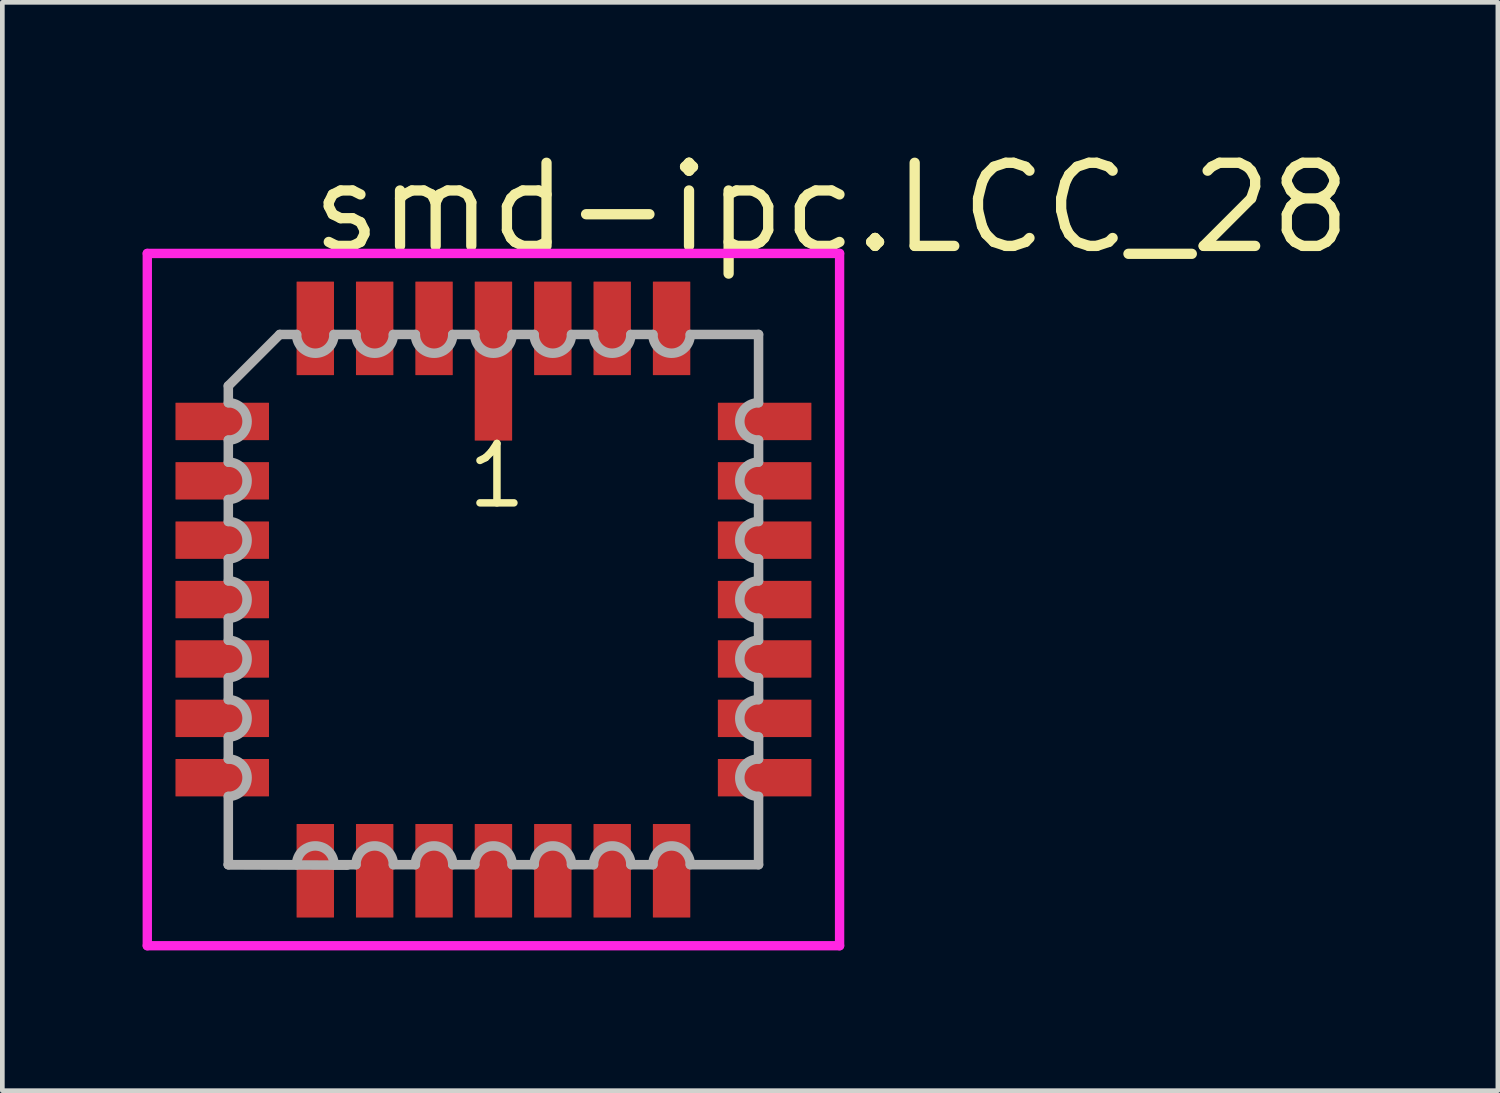
<source format=kicad_pcb>
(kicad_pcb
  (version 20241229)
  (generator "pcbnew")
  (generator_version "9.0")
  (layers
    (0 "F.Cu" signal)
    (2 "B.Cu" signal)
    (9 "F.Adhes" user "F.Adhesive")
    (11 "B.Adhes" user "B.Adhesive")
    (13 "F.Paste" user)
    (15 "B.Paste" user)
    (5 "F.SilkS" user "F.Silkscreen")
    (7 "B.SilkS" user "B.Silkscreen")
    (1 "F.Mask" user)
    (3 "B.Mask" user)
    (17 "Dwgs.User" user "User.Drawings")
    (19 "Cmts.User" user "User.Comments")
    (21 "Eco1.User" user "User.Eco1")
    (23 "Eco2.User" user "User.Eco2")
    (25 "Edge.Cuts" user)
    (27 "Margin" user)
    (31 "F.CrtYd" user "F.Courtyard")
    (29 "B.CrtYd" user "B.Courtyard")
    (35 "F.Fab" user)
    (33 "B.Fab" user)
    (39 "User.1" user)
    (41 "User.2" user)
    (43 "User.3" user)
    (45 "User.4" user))
  (footprint "smd-ipc.LCC_28"
    (layer "F.Cu")
    (at 7.503 9.773)
    (property "Reference" "smd-ipc.LCC_28" (at -4.005 -7.335 0) (layer "F.SilkS") (effects (font (size 1.778 1.778) (thickness 0.22)) (justify left bottom)))
    (attr smd)
    (fp_line (start -7.403 -7.403) (end 7.403 -7.403) (stroke (width 0.2) (type default)) (layer "F.CrtYd"))
    (fp_line (start -7.403 7.403) (end -7.403 -7.403) (stroke (width 0.2) (type default)) (layer "F.CrtYd"))
    (fp_line (start 7.403 -7.403) (end 7.403 7.403) (stroke (width 0.2) (type default)) (layer "F.CrtYd"))
    (fp_line (start 7.403 7.403) (end -7.403 7.403) (stroke (width 0.2) (type default)) (layer "F.CrtYd"))
    (fp_line (start -5.67 -4.57) (end -5.67 -4.21) (stroke (width 0.203) (type default)) (layer "F.Fab"))
    (fp_line (start -5.67 -3.41) (end -5.67 -2.94) (stroke (width 0.203) (type default)) (layer "F.Fab"))
    (fp_line (start -5.67 -2.14) (end -5.67 -1.67) (stroke (width 0.203) (type default)) (layer "F.Fab"))
    (fp_line (start -5.67 -0.87) (end -5.67 -0.4) (stroke (width 0.203) (type default)) (layer "F.Fab"))
    (fp_line (start -5.67 0.4) (end -5.67 0.87) (stroke (width 0.203) (type default)) (layer "F.Fab"))
    (fp_line (start -5.67 1.67) (end -5.67 2.14) (stroke (width 0.203) (type default)) (layer "F.Fab"))
    (fp_line (start -5.67 2.94) (end -5.67 3.41) (stroke (width 0.203) (type default)) (layer "F.Fab"))
    (fp_line (start -5.67 4.21) (end -5.67 5.67) (stroke (width 0.203) (type default)) (layer "F.Fab"))
    (fp_line (start -5.67 5.67) (end -4.21 5.67) (stroke (width 0.203) (type default)) (layer "F.Fab"))
    (fp_line (start -5.67 5.67) (end -3.13 5.68) (stroke (width 0.203) (type default)) (layer "F.Fab"))
    (fp_line (start -4.57 -5.67) (end -5.67 -4.57) (stroke (width 0.203) (type default)) (layer "F.Fab"))
    (fp_line (start -4.21 -5.67) (end -4.57 -5.67) (stroke (width 0.203) (type default)) (layer "F.Fab"))
    (fp_line (start -3.41 5.67) (end -2.94 5.67) (stroke (width 0.203) (type default)) (layer "F.Fab"))
    (fp_line (start -2.94 -5.67) (end -3.41 -5.67) (stroke (width 0.203) (type default)) (layer "F.Fab"))
    (fp_line (start -2.14 5.67) (end -1.67 5.67) (stroke (width 0.203) (type default)) (layer "F.Fab"))
    (fp_line (start -1.67 -5.67) (end -2.14 -5.67) (stroke (width 0.203) (type default)) (layer "F.Fab"))
    (fp_line (start -0.87 5.67) (end -0.4 5.67) (stroke (width 0.203) (type default)) (layer "F.Fab"))
    (fp_line (start -0.4 -5.67) (end -0.87 -5.67) (stroke (width 0.203) (type default)) (layer "F.Fab"))
    (fp_line (start 0.4 5.67) (end 0.87 5.67) (stroke (width 0.203) (type default)) (layer "F.Fab"))
    (fp_line (start 0.87 -5.67) (end 0.4 -5.67) (stroke (width 0.203) (type default)) (layer "F.Fab"))
    (fp_line (start 1.67 5.67) (end 2.14 5.67) (stroke (width 0.203) (type default)) (layer "F.Fab"))
    (fp_line (start 2.14 -5.67) (end 1.67 -5.67) (stroke (width 0.203) (type default)) (layer "F.Fab"))
    (fp_line (start 2.94 5.67) (end 3.41 5.67) (stroke (width 0.203) (type default)) (layer "F.Fab"))
    (fp_line (start 3.41 -5.67) (end 2.94 -5.67) (stroke (width 0.203) (type default)) (layer "F.Fab"))
    (fp_line (start 4.21 5.67) (end 5.67 5.67) (stroke (width 0.203) (type default)) (layer "F.Fab"))
    (fp_line (start 5.67 -5.67) (end 4.21 -5.67) (stroke (width 0.203) (type default)) (layer "F.Fab"))
    (fp_line (start 5.67 -4.21) (end 5.67 -5.67) (stroke (width 0.203) (type default)) (layer "F.Fab"))
    (fp_line (start 5.67 -2.94) (end 5.67 -3.41) (stroke (width 0.203) (type default)) (layer "F.Fab"))
    (fp_line (start 5.67 -1.67) (end 5.67 -2.14) (stroke (width 0.203) (type default)) (layer "F.Fab"))
    (fp_line (start 5.67 -0.4) (end 5.67 -0.87) (stroke (width 0.203) (type default)) (layer "F.Fab"))
    (fp_line (start 5.67 0.87) (end 5.67 0.4) (stroke (width 0.203) (type default)) (layer "F.Fab"))
    (fp_line (start 5.67 2.14) (end 5.67 1.67) (stroke (width 0.203) (type default)) (layer "F.Fab"))
    (fp_line (start 5.67 3.41) (end 5.67 2.94) (stroke (width 0.203) (type default)) (layer "F.Fab"))
    (fp_line (start 5.67 5.67) (end 5.67 4.21) (stroke (width 0.203) (type default)) (layer "F.Fab"))
    (fp_arc (start -5.6685 -4.21) (mid -5.2685 -3.81) (end -5.6685 -3.41) (stroke (width 0.2032) (type default)) (layer "F.Fab"))
    (fp_arc (start -5.6685 -2.94) (mid -5.2685 -2.54) (end -5.6685 -2.14) (stroke (width 0.2032) (type default)) (layer "F.Fab"))
    (fp_arc (start -5.6685 -1.67) (mid -5.2685 -1.27) (end -5.6685 -0.87) (stroke (width 0.2032) (type default)) (layer "F.Fab"))
    (fp_arc (start -5.6685 -0.4001) (mid -5.2684 0) (end -5.6685 0.4001) (stroke (width 0.2032) (type default)) (layer "F.Fab"))
    (fp_arc (start -5.6685 0.8699) (mid -5.2684 1.27) (end -5.6685 1.6701) (stroke (width 0.2032) (type default)) (layer "F.Fab"))
    (fp_arc (start -5.6685 2.1399) (mid -5.2684 2.54) (end -5.6685 2.9401) (stroke (width 0.2032) (type default)) (layer "F.Fab"))
    (fp_arc (start -5.6685 3.4099) (mid -5.2684 3.81) (end -5.6685 4.2101) (stroke (width 0.2032) (type default)) (layer "F.Fab"))
    (fp_arc (start -4.2101 5.6685) (mid -3.81 5.2684) (end -3.4099 5.6685) (stroke (width 0.2032) (type default)) (layer "F.Fab"))
    (fp_arc (start -3.4099 -5.6685) (mid -3.81 -5.2684) (end -4.2101 -5.6685) (stroke (width 0.2032) (type default)) (layer "F.Fab"))
    (fp_arc (start -2.9401 5.6685) (mid -2.54 5.2684) (end -2.1399 5.6685) (stroke (width 0.2032) (type default)) (layer "F.Fab"))
    (fp_arc (start -2.1399 -5.6685) (mid -2.54 -5.2684) (end -2.9401 -5.6685) (stroke (width 0.2032) (type default)) (layer "F.Fab"))
    (fp_arc (start -1.6701 5.6685) (mid -1.27 5.2684) (end -0.8699 5.6685) (stroke (width 0.2032) (type default)) (layer "F.Fab"))
    (fp_arc (start -0.8699 -5.6685) (mid -1.27 -5.2684) (end -1.6701 -5.6685) (stroke (width 0.2032) (type default)) (layer "F.Fab"))
    (fp_arc (start -0.4001 5.6685) (mid 0 5.2684) (end 0.4001 5.6685) (stroke (width 0.2032) (type default)) (layer "F.Fab"))
    (fp_arc (start 0.4001 -5.6685) (mid 0 -5.2684) (end -0.4001 -5.6685) (stroke (width 0.2032) (type default)) (layer "F.Fab"))
    (fp_arc (start 0.87 5.6685) (mid 1.27 5.2685) (end 1.67 5.6685) (stroke (width 0.2032) (type default)) (layer "F.Fab"))
    (fp_arc (start 1.67 -5.6685) (mid 1.27 -5.2685) (end 0.87 -5.6685) (stroke (width 0.2032) (type default)) (layer "F.Fab"))
    (fp_arc (start 2.14 5.6685) (mid 2.54 5.2685) (end 2.94 5.6685) (stroke (width 0.2032) (type default)) (layer "F.Fab"))
    (fp_arc (start 2.94 -5.6685) (mid 2.54 -5.2685) (end 2.14 -5.6685) (stroke (width 0.2032) (type default)) (layer "F.Fab"))
    (fp_arc (start 3.41 5.6685) (mid 3.81 5.2685) (end 4.21 5.6685) (stroke (width 0.2032) (type default)) (layer "F.Fab"))
    (fp_arc (start 4.21 -5.6685) (mid 3.81 -5.2685) (end 3.41 -5.6685) (stroke (width 0.2032) (type default)) (layer "F.Fab"))
    (fp_arc (start 5.6685 -3.4099) (mid 5.2684 -3.81) (end 5.6685 -4.2101) (stroke (width 0.2032) (type default)) (layer "F.Fab"))
    (fp_arc (start 5.6685 -2.1399) (mid 5.2684 -2.54) (end 5.6685 -2.9401) (stroke (width 0.2032) (type default)) (layer "F.Fab"))
    (fp_arc (start 5.6685 -0.8699) (mid 5.2684 -1.27) (end 5.6685 -1.6701) (stroke (width 0.2032) (type default)) (layer "F.Fab"))
    (fp_arc (start 5.6685 0.4001) (mid 5.2684 0) (end 5.6685 -0.4001) (stroke (width 0.2032) (type default)) (layer "F.Fab"))
    (fp_arc (start 5.6685 1.67) (mid 5.2685 1.27) (end 5.6685 0.87) (stroke (width 0.2032) (type default)) (layer "F.Fab"))
    (fp_arc (start 5.6685 2.94) (mid 5.2685 2.54) (end 5.6685 2.14) (stroke (width 0.2032) (type default)) (layer "F.Fab"))
    (fp_arc (start 5.6685 4.21) (mid 5.2685 3.81) (end 5.6685 3.41) (stroke (width 0.2032) (type default)) (layer "F.Fab"))
    (fp_text user "1" (at -0.635 -1.905 0) (layer "F.SilkS") (effects (font (size 1.27 1.27) (thickness 0.16)) (justify left bottom)))
    (pad "1" smd roundrect (at 0 -5.1) (size 0.8 3.4) (layers "F.Cu" "F.Mask" "F.Paste") (roundrect_rratio 0.01))
    (pad "2" smd roundrect (at -1.27 -5.8) (size 0.8 2) (layers "F.Cu" "F.Mask" "F.Paste") (roundrect_rratio 0.01))
    (pad "3" smd roundrect (at -2.54 -5.8) (size 0.8 2) (layers "F.Cu" "F.Mask" "F.Paste") (roundrect_rratio 0.01))
    (pad "4" smd roundrect (at -3.81 -5.8) (size 0.8 2) (layers "F.Cu" "F.Mask" "F.Paste") (roundrect_rratio 0.01))
    (pad "5" smd roundrect (at -5.8 -3.81) (size 2 0.8) (layers "F.Cu" "F.Mask" "F.Paste") (roundrect_rratio 0.01))
    (pad "6" smd roundrect (at -5.8 -2.54) (size 2 0.8) (layers "F.Cu" "F.Mask" "F.Paste") (roundrect_rratio 0.01))
    (pad "7" smd roundrect (at -5.8 -1.27) (size 2 0.8) (layers "F.Cu" "F.Mask" "F.Paste") (roundrect_rratio 0.01))
    (pad "8" smd roundrect (at -5.8 0) (size 2 0.8) (layers "F.Cu" "F.Mask" "F.Paste") (roundrect_rratio 0.01))
    (pad "9" smd roundrect (at -5.8 1.27) (size 2 0.8) (layers "F.Cu" "F.Mask" "F.Paste") (roundrect_rratio 0.01))
    (pad "10" smd roundrect (at -5.8 2.54) (size 2 0.8) (layers "F.Cu" "F.Mask" "F.Paste") (roundrect_rratio 0.01))
    (pad "11" smd roundrect (at -5.8 3.81) (size 2 0.8) (layers "F.Cu" "F.Mask" "F.Paste") (roundrect_rratio 0.01))
    (pad "12" smd roundrect (at -3.81 5.8) (size 0.8 2) (layers "F.Cu" "F.Mask" "F.Paste") (roundrect_rratio 0.01))
    (pad "13" smd roundrect (at -2.54 5.8) (size 0.8 2) (layers "F.Cu" "F.Mask" "F.Paste") (roundrect_rratio 0.01))
    (pad "14" smd roundrect (at -1.27 5.8) (size 0.8 2) (layers "F.Cu" "F.Mask" "F.Paste") (roundrect_rratio 0.01))
    (pad "15" smd roundrect (at 0 5.8) (size 0.8 2) (layers "F.Cu" "F.Mask" "F.Paste") (roundrect_rratio 0.01))
    (pad "16" smd roundrect (at 1.27 5.8) (size 0.8 2) (layers "F.Cu" "F.Mask" "F.Paste") (roundrect_rratio 0.01))
    (pad "17" smd roundrect (at 2.54 5.8) (size 0.8 2) (layers "F.Cu" "F.Mask" "F.Paste") (roundrect_rratio 0.01))
    (pad "18" smd roundrect (at 3.81 5.8) (size 0.8 2) (layers "F.Cu" "F.Mask" "F.Paste") (roundrect_rratio 0.01))
    (pad "19" smd roundrect (at 5.8 3.81) (size 2 0.8) (layers "F.Cu" "F.Mask" "F.Paste") (roundrect_rratio 0.01))
    (pad "20" smd roundrect (at 5.8 2.54) (size 2 0.8) (layers "F.Cu" "F.Mask" "F.Paste") (roundrect_rratio 0.01))
    (pad "21" smd roundrect (at 5.8 1.27) (size 2 0.8) (layers "F.Cu" "F.Mask" "F.Paste") (roundrect_rratio 0.01))
    (pad "22" smd roundrect (at 5.8 0) (size 2 0.8) (layers "F.Cu" "F.Mask" "F.Paste") (roundrect_rratio 0.01))
    (pad "23" smd roundrect (at 5.8 -1.27) (size 2 0.8) (layers "F.Cu" "F.Mask" "F.Paste") (roundrect_rratio 0.01))
    (pad "24" smd roundrect (at 5.8 -2.54) (size 2 0.8) (layers "F.Cu" "F.Mask" "F.Paste") (roundrect_rratio 0.01))
    (pad "25" smd roundrect (at 5.8 -3.81) (size 2 0.8) (layers "F.Cu" "F.Mask" "F.Paste") (roundrect_rratio 0.01))
    (pad "26" smd roundrect (at 3.81 -5.8) (size 0.8 2) (layers "F.Cu" "F.Mask" "F.Paste") (roundrect_rratio 0.01))
    (pad "27" smd roundrect (at 2.54 -5.8) (size 0.8 2) (layers "F.Cu" "F.Mask" "F.Paste") (roundrect_rratio 0.01))
    (pad "28" smd roundrect (at 1.27 -5.8) (size 0.8 2) (layers "F.Cu" "F.Mask" "F.Paste") (roundrect_rratio 0.01)))
  (gr_rect
    (start -3 -3)
    (end 28.985 20.276)
    (stroke (width 0.1) (type default))
    (fill no)
    (layer "Edge.Cuts")))
</source>
